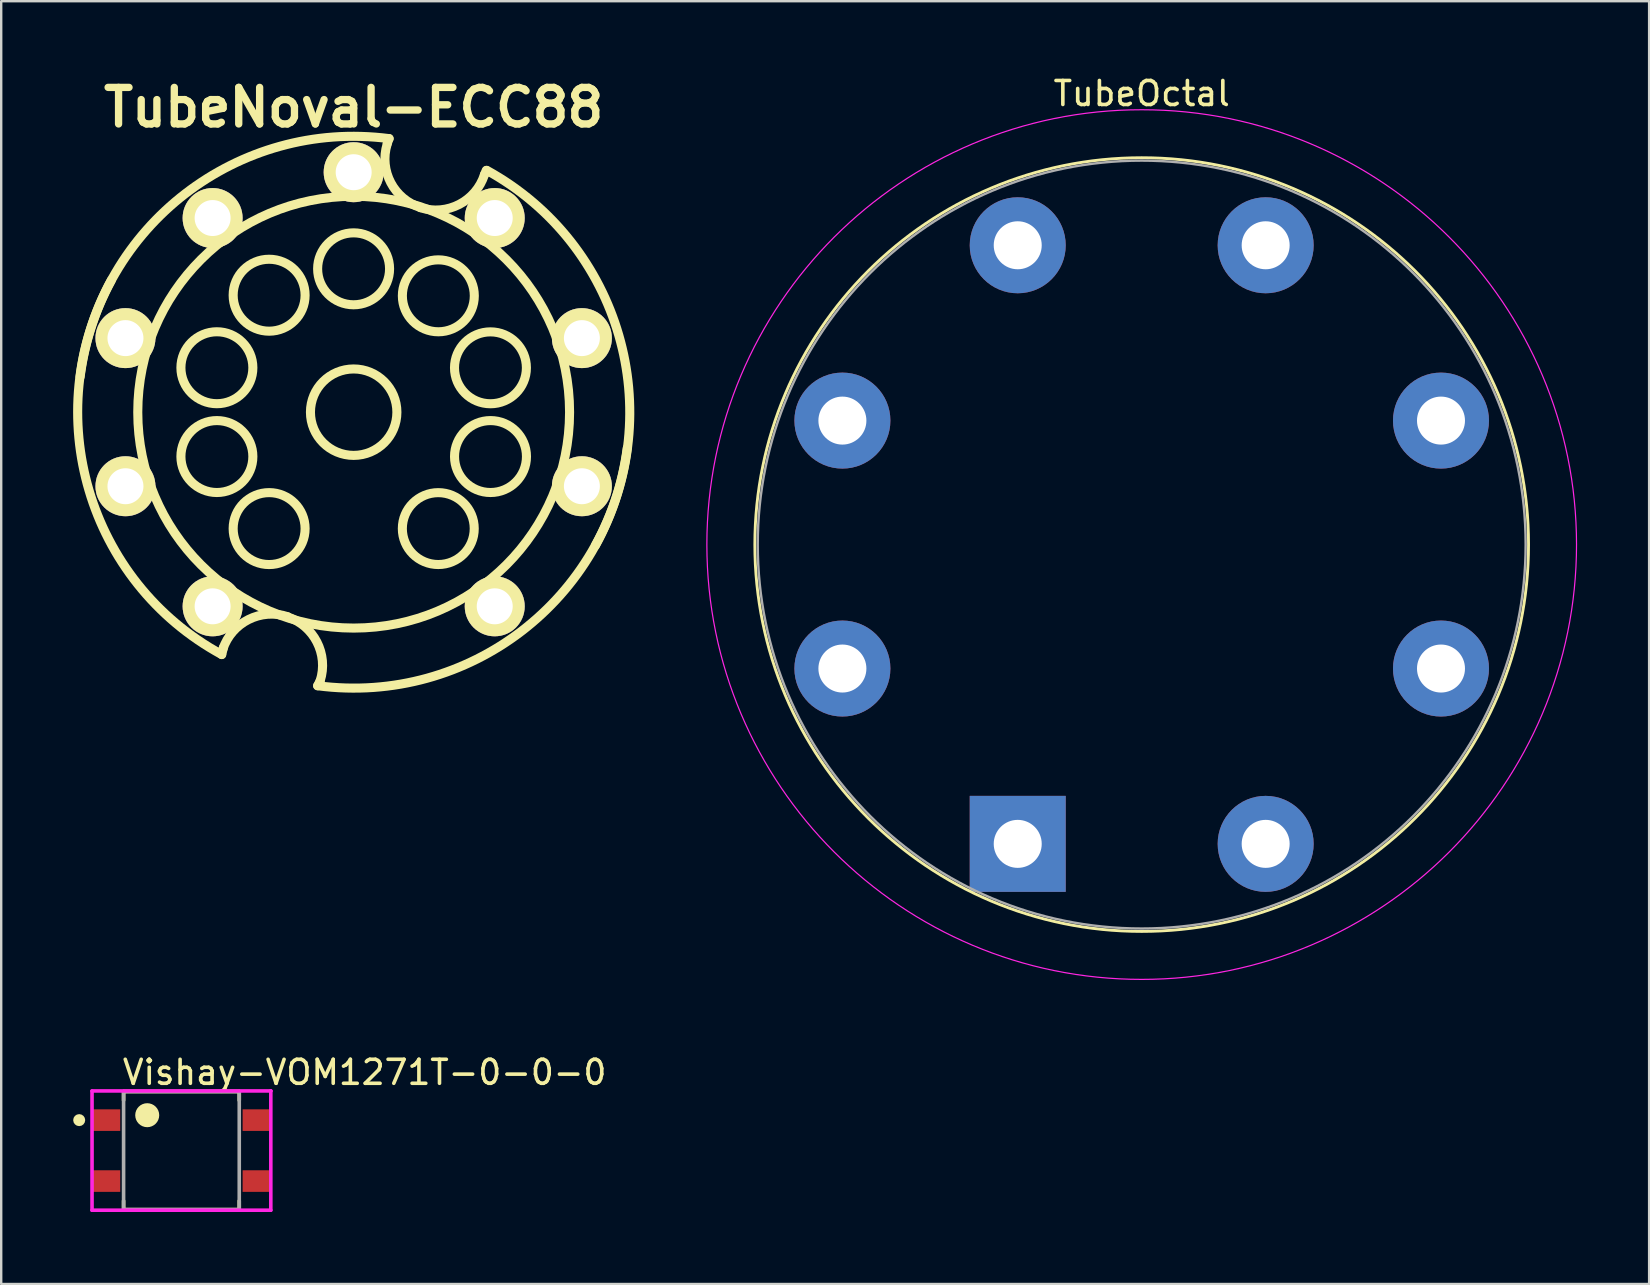
<source format=kicad_pcb>
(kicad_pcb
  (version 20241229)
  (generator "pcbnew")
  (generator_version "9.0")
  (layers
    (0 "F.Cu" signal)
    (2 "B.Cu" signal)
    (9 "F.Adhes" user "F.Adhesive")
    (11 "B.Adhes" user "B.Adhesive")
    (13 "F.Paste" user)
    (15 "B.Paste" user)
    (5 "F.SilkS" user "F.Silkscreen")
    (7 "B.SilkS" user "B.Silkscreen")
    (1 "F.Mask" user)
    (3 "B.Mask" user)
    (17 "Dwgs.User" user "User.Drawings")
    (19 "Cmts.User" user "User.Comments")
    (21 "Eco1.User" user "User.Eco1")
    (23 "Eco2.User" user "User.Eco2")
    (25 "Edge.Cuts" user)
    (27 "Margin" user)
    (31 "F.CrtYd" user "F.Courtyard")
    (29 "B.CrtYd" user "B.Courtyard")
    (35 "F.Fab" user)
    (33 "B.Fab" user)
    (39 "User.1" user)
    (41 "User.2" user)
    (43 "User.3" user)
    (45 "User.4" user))
  (footprint "Vishay-VOM1271T-0-0-0"
    (layer "F.Cu")
    (at 4.51 44.897)
    (property "Reference" "Vishay-VOM1271T-0-0-0" (at -2.535 -3.26 0) (layer "F.SilkS") (effects (font (size 1 1) (thickness 0.15)) (justify left)))
    (attr smd)
    (fp_line (start -2.41 -2.46) (end 2.41 -2.46) (stroke (width 0.15) (type solid)) (layer "F.SilkS"))
    (fp_line (start -2.41 -2.095) (end -2.41 -2.46) (stroke (width 0.15) (type solid)) (layer "F.SilkS"))
    (fp_line (start -2.41 2.46) (end -2.41 2.095) (stroke (width 0.15) (type solid)) (layer "F.SilkS"))
    (fp_line (start -2.41 2.46) (end 2.41 2.46) (stroke (width 0.15) (type solid)) (layer "F.SilkS"))
    (fp_line (start 2.41 -2.095) (end 2.41 -2.46) (stroke (width 0.15) (type solid)) (layer "F.SilkS"))
    (fp_line (start 2.41 2.46) (end 2.41 2.095) (stroke (width 0.15) (type solid)) (layer "F.SilkS"))
    (fp_circle (center -4.26 -1.27) (end -4.135 -1.27) (stroke (width 0.25) (type solid)) (fill no) (layer "F.SilkS"))
    (fp_circle (center -1.425 -1.475) (end -1.175 -1.475) (stroke (width 0.5) (type solid)) (fill no) (layer "F.SilkS"))
    (fp_line (start -3.725 -2.485) (end -3.725 2.485) (stroke (width 0.15) (type solid)) (layer "F.CrtYd"))
    (fp_line (start -3.725 2.485) (end 3.725 2.485) (stroke (width 0.15) (type solid)) (layer "F.CrtYd"))
    (fp_line (start 3.725 -2.485) (end -3.725 -2.485) (stroke (width 0.15) (type solid)) (layer "F.CrtYd"))
    (fp_line (start 3.725 -2.485) (end 3.725 -2.485) (stroke (width 0.15) (type solid)) (layer "F.CrtYd"))
    (fp_line (start 3.725 2.485) (end 3.725 -2.485) (stroke (width 0.15) (type solid)) (layer "F.CrtYd"))
    (fp_line (start -2.41 -2.46) (end 2.41 -2.46) (stroke (width 0.15) (type solid)) (layer "F.Fab"))
    (fp_line (start -2.41 2.46) (end -2.41 -2.46) (stroke (width 0.15) (type solid)) (layer "F.Fab"))
    (fp_line (start 2.41 -2.46) (end 2.41 2.46) (stroke (width 0.15) (type solid)) (layer "F.Fab"))
    (fp_line (start 2.41 2.46) (end -2.41 2.46) (stroke (width 0.15) (type solid)) (layer "F.Fab"))
    (pad "1" smd rect (at -3.125 -1.27) (size 1.15 0.9) (layers "F.Cu" "F.Mask" "F.Paste"))
    (pad "2" smd rect (at -3.125 1.27) (size 1.15 0.9) (layers "F.Cu" "F.Mask" "F.Paste"))
    (pad "3" smd rect (at 3.125 1.27) (size 1.15 0.9) (layers "F.Cu" "F.Mask" "F.Paste"))
    (pad "4" smd rect (at 3.125 -1.27) (size 1.15 0.9) (layers "F.Cu" "F.Mask" "F.Paste")))
  (footprint "TubeOctal"
    (layer "F.Cu")
    (at 44.526 19.643)
    (property "Reference" "TubeOctal" (at 0 -18.795 0) (layer "F.SilkS") (effects (font (size 1 1) (thickness 0.15))))
    (attr through_hole)
    (fp_circle (center 0 0) (end 0 16.12) (stroke (width 0.12) (type solid)) (fill no) (layer "F.SilkS"))
    (fp_circle (center 0 0) (end 0 18.12) (stroke (width 0.05) (type solid)) (fill no) (layer "F.CrtYd"))
    (fp_circle (center 0 0) (end 0 16) (stroke (width 0.1) (type solid)) (fill no) (layer "F.Fab"))
    (pad "1" thru_hole rect (at -5.166 12.472) (size 4 4) (drill 2) (layers "*.Cu" "*.Mask"))
    (pad "2" thru_hole oval (at -12.472 5.166) (size 4 4) (drill 2) (layers "*.Cu" "*.Mask"))
    (pad "3" thru_hole oval (at -12.472 -5.166) (size 4 4) (drill 2) (layers "*.Cu" "*.Mask"))
    (pad "4" thru_hole oval (at -5.166 -12.472) (size 4 4) (drill 2) (layers "*.Cu" "*.Mask"))
    (pad "5" thru_hole oval (at 5.166 -12.472) (size 4 4) (drill 2) (layers "*.Cu" "*.Mask"))
    (pad "6" thru_hole oval (at 12.472 -5.166) (size 4 4) (drill 2) (layers "*.Cu" "*.Mask"))
    (pad "7" thru_hole oval (at 12.472 5.166) (size 4 4) (drill 2) (layers "*.Cu" "*.Mask"))
    (pad "8" thru_hole oval (at 5.166 12.472) (size 4 4) (drill 2) (layers "*.Cu" "*.Mask")))
  (footprint "TubeNoval-ECC88"
    (layer "F.Cu")
    (at 11.688 14.126)
    (property "Reference" "TubeNoval-ECC88" (at 0 -12.7 0) (layer "F.SilkS") (effects (font (size 1.524 1.524) (thickness 0.305))))
    (attr through_hole)
    (fp_line (start -5.499 10.099) (end -5.425 9.799) (stroke (width 0.378) (type solid)) (layer "F.SilkS"))
    (fp_line (start -1.501 11.4) (end -1.4 11.199) (stroke (width 0.378) (type solid)) (layer "F.SilkS"))
    (fp_line (start 1.476 -11.4) (end 1.4 -11.199) (stroke (width 0.378) (type solid)) (layer "F.SilkS"))
    (fp_line (start 5.524 -10.076) (end 5.451 -9.901) (stroke (width 0.378) (type solid)) (layer "F.SilkS"))
    (fp_arc (start -11.39952 -1.47574) (mid -7.017172 -9.104184) (end 1.47574 -11.39952) (stroke (width 0.37846) (type solid)) (layer "F.SilkS"))
    (fp_arc (start -5.4991 10.09904) (mid -11.029551 3.252649) (end -10.09904 -5.4991) (stroke (width 0.37846) (type solid)) (layer "F.SilkS"))
    (fp_arc (start -5.45084 9.87552) (mid -4.379419 8.640161) (end -2.74828 8.52424) (stroke (width 0.37846) (type solid)) (layer "F.SilkS"))
    (fp_arc (start -2.77622 8.52424) (mid -1.532678 9.575904) (end -1.397 11.19886) (stroke (width 0.37846) (type solid)) (layer "F.SilkS"))
    (fp_arc (start 2.79908 -8.52424) (mid 1.548843 -9.55974) (end 1.397 -11.176) (stroke (width 0.37846) (type solid)) (layer "F.SilkS"))
    (fp_arc (start 5.45084 -9.90092) (mid 4.39738 -8.658122) (end 2.77368 -8.52424) (stroke (width 0.37846) (type solid)) (layer "F.SilkS"))
    (fp_arc (start 5.5499 -10.07618) (mid 11.049307 -3.200563) (end 10.07618 5.5499) (stroke (width 0.37846) (type solid)) (layer "F.SilkS"))
    (fp_arc (start 11.39952 1.50114) (mid 6.999212 9.122144) (end -1.50114 11.39952) (stroke (width 0.37846) (type solid)) (layer "F.SilkS"))
    (fp_circle (center -5.7 -1.852) (end -4.201 -1.852) (stroke (width 0.378) (type solid)) (fill no) (layer "F.SilkS"))
    (fp_circle (center -5.7 1.849) (end -4.201 1.849) (stroke (width 0.378) (type solid)) (fill no) (layer "F.SilkS"))
    (fp_circle (center -3.523 -4.874) (end -2.024 -4.874) (stroke (width 0.378) (type solid)) (fill no) (layer "F.SilkS"))
    (fp_circle (center -3.523 4.851) (end -2.024 4.851) (stroke (width 0.378) (type solid)) (fill no) (layer "F.SilkS"))
    (fp_circle (center -0.003 -5.974) (end 1.496 -5.974) (stroke (width 0.378) (type solid)) (fill no) (layer "F.SilkS"))
    (fp_circle (center 0 0) (end 1.801 0) (stroke (width 0.378) (type solid)) (fill no) (layer "F.SilkS"))
    (fp_circle (center 0 0) (end 8.997 0) (stroke (width 0.378) (type solid)) (fill no) (layer "F.SilkS"))
    (fp_circle (center 3.526 4.851) (end 5.024 4.851) (stroke (width 0.378) (type solid)) (fill no) (layer "F.SilkS"))
    (fp_circle (center 3.528 -4.849) (end 5.027 -4.849) (stroke (width 0.378) (type solid)) (fill no) (layer "F.SilkS"))
    (fp_circle (center 5.7 -1.849) (end 7.198 -1.849) (stroke (width 0.378) (type solid)) (fill no) (layer "F.SilkS"))
    (fp_circle (center 5.702 1.849) (end 7.201 1.849) (stroke (width 0.378) (type solid)) (fill no) (layer "F.SilkS"))
    (pad "1" thru_hole circle (at 5.878 8.09) (size 2.499 2.499) (drill 1.499) (layers "*.Cu" "*.Mask" "F.SilkS"))
    (pad "2" thru_hole circle (at 9.51 3.086) (size 2.499 2.499) (drill 1.499) (layers "*.Cu" "*.Mask" "F.SilkS"))
    (pad "3" thru_hole circle (at 9.51 -3.086) (size 2.499 2.499) (drill 1.499) (layers "*.Cu" "*.Mask" "F.SilkS"))
    (pad "4" thru_hole circle (at 5.878 -8.09) (size 2.499 2.499) (drill 1.499) (layers "*.Cu" "*.Mask" "F.SilkS"))
    (pad "5" thru_hole circle (at 0 -10) (size 2.499 2.499) (drill 1.499) (layers "*.Cu" "*.Mask" "F.SilkS"))
    (pad "6" thru_hole circle (at -5.878 -8.09) (size 2.499 2.499) (drill 1.499) (layers "*.Cu" "*.Mask" "F.SilkS"))
    (pad "7" thru_hole circle (at -9.51 -3.086) (size 2.499 2.499) (drill 1.499) (layers "*.Cu" "*.Mask" "F.SilkS"))
    (pad "8" thru_hole circle (at -9.51 3.086) (size 2.499 2.499) (drill 1.499) (layers "*.Cu" "*.Mask" "F.SilkS"))
    (pad "9" thru_hole circle (at -5.878 8.09) (size 2.499 2.499) (drill 1.499) (layers "*.Cu" "*.Mask" "F.SilkS")))
  (gr_rect
    (start -3 -3)
    (end 65.671 50.456)
    (stroke (width 0.1) (type default))
    (fill no)
    (layer "Edge.Cuts")))
</source>
